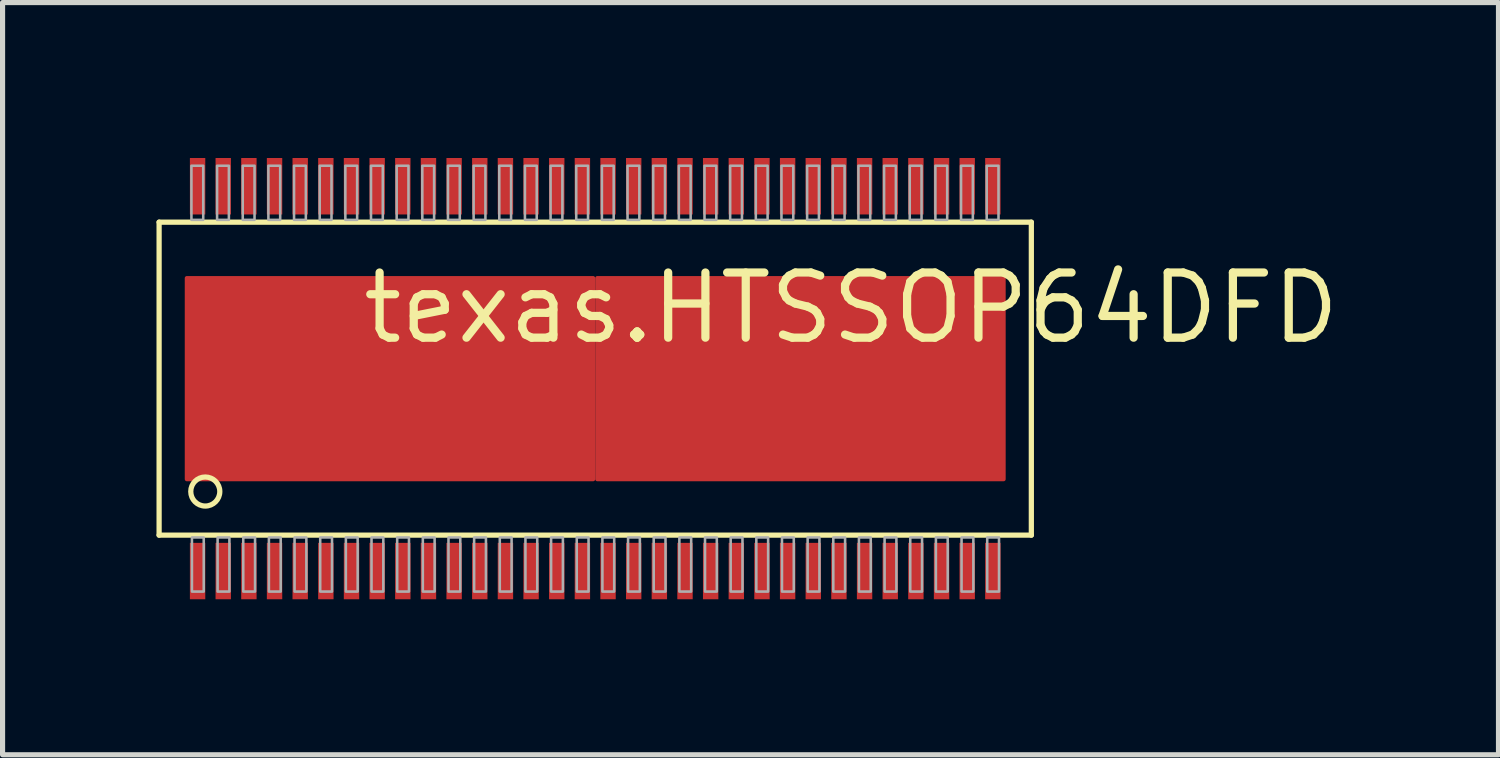
<source format=kicad_pcb>
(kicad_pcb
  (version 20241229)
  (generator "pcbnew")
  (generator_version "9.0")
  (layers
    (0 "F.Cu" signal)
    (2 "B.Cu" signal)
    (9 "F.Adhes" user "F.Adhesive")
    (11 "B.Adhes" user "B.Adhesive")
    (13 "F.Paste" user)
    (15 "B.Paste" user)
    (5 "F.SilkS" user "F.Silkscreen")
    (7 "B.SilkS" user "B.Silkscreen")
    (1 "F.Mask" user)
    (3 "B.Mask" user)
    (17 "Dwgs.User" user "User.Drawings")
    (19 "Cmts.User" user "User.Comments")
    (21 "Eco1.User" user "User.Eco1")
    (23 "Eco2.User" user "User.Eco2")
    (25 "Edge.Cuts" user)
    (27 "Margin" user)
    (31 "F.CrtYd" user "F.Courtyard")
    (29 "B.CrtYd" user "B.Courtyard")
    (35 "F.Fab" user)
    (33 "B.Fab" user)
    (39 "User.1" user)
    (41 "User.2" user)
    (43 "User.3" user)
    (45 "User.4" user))
  (footprint "texas.HTSSOP64DFD"
    (layer "F.Cu")
    (at 8.551 4.33)
    (property "Reference" "texas.HTSSOP64DFD" (at -4.61 -0.635 0) (layer "F.SilkS") (effects (font (size 1.27 1.27) (thickness 0.16)) (justify left bottom)))
    (attr smd)
    (fp_rect (start -8 2) (end 8 -2) (stroke (width 0.05) (type default)) (fill yes) (layer "F.Mask"))
    (fp_rect (start -7.905 -3.195) (end -7.595 -4.305) (stroke (width 0.05) (type default)) (fill yes) (layer "F.Mask"))
    (fp_rect (start -7.905 4.305) (end -7.595 3.195) (stroke (width 0.05) (type default)) (fill yes) (layer "F.Mask"))
    (fp_rect (start -7.405 -3.195) (end -7.095 -4.305) (stroke (width 0.05) (type default)) (fill yes) (layer "F.Mask"))
    (fp_rect (start -7.405 4.305) (end -7.095 3.195) (stroke (width 0.05) (type default)) (fill yes) (layer "F.Mask"))
    (fp_rect (start -6.905 -3.195) (end -6.595 -4.305) (stroke (width 0.05) (type default)) (fill yes) (layer "F.Mask"))
    (fp_rect (start -6.905 4.305) (end -6.595 3.195) (stroke (width 0.05) (type default)) (fill yes) (layer "F.Mask"))
    (fp_rect (start -6.405 -3.195) (end -6.095 -4.305) (stroke (width 0.05) (type default)) (fill yes) (layer "F.Mask"))
    (fp_rect (start -6.405 4.305) (end -6.095 3.195) (stroke (width 0.05) (type default)) (fill yes) (layer "F.Mask"))
    (fp_rect (start -5.905 -3.195) (end -5.595 -4.305) (stroke (width 0.05) (type default)) (fill yes) (layer "F.Mask"))
    (fp_rect (start -5.905 4.305) (end -5.595 3.195) (stroke (width 0.05) (type default)) (fill yes) (layer "F.Mask"))
    (fp_rect (start -5.405 -3.195) (end -5.095 -4.305) (stroke (width 0.05) (type default)) (fill yes) (layer "F.Mask"))
    (fp_rect (start -5.405 4.305) (end -5.095 3.195) (stroke (width 0.05) (type default)) (fill yes) (layer "F.Mask"))
    (fp_rect (start -4.905 -3.195) (end -4.595 -4.305) (stroke (width 0.05) (type default)) (fill yes) (layer "F.Mask"))
    (fp_rect (start -4.905 4.305) (end -4.595 3.195) (stroke (width 0.05) (type default)) (fill yes) (layer "F.Mask"))
    (fp_rect (start -4.405 -3.195) (end -4.095 -4.305) (stroke (width 0.05) (type default)) (fill yes) (layer "F.Mask"))
    (fp_rect (start -4.405 4.305) (end -4.095 3.195) (stroke (width 0.05) (type default)) (fill yes) (layer "F.Mask"))
    (fp_rect (start -3.905 -3.195) (end -3.595 -4.305) (stroke (width 0.05) (type default)) (fill yes) (layer "F.Mask"))
    (fp_rect (start -3.905 4.305) (end -3.595 3.195) (stroke (width 0.05) (type default)) (fill yes) (layer "F.Mask"))
    (fp_rect (start -3.405 -3.195) (end -3.095 -4.305) (stroke (width 0.05) (type default)) (fill yes) (layer "F.Mask"))
    (fp_rect (start -3.405 4.305) (end -3.095 3.195) (stroke (width 0.05) (type default)) (fill yes) (layer "F.Mask"))
    (fp_rect (start -2.905 -3.195) (end -2.595 -4.305) (stroke (width 0.05) (type default)) (fill yes) (layer "F.Mask"))
    (fp_rect (start -2.905 4.305) (end -2.595 3.195) (stroke (width 0.05) (type default)) (fill yes) (layer "F.Mask"))
    (fp_rect (start -2.405 -3.195) (end -2.095 -4.305) (stroke (width 0.05) (type default)) (fill yes) (layer "F.Mask"))
    (fp_rect (start -2.405 4.305) (end -2.095 3.195) (stroke (width 0.05) (type default)) (fill yes) (layer "F.Mask"))
    (fp_rect (start -1.905 -3.195) (end -1.595 -4.305) (stroke (width 0.05) (type default)) (fill yes) (layer "F.Mask"))
    (fp_rect (start -1.905 4.305) (end -1.595 3.195) (stroke (width 0.05) (type default)) (fill yes) (layer "F.Mask"))
    (fp_rect (start -1.405 -3.195) (end -1.095 -4.305) (stroke (width 0.05) (type default)) (fill yes) (layer "F.Mask"))
    (fp_rect (start -1.405 4.305) (end -1.095 3.195) (stroke (width 0.05) (type default)) (fill yes) (layer "F.Mask"))
    (fp_rect (start -0.905 -3.195) (end -0.595 -4.305) (stroke (width 0.05) (type default)) (fill yes) (layer "F.Mask"))
    (fp_rect (start -0.905 4.305) (end -0.595 3.195) (stroke (width 0.05) (type default)) (fill yes) (layer "F.Mask"))
    (fp_rect (start -0.405 -3.195) (end -0.095 -4.305) (stroke (width 0.05) (type default)) (fill yes) (layer "F.Mask"))
    (fp_rect (start -0.405 4.305) (end -0.095 3.195) (stroke (width 0.05) (type default)) (fill yes) (layer "F.Mask"))
    (fp_rect (start 0.095 -3.195) (end 0.405 -4.305) (stroke (width 0.05) (type default)) (fill yes) (layer "F.Mask"))
    (fp_rect (start 0.095 4.305) (end 0.405 3.195) (stroke (width 0.05) (type default)) (fill yes) (layer "F.Mask"))
    (fp_rect (start 0.595 -3.195) (end 0.905 -4.305) (stroke (width 0.05) (type default)) (fill yes) (layer "F.Mask"))
    (fp_rect (start 0.595 4.305) (end 0.905 3.195) (stroke (width 0.05) (type default)) (fill yes) (layer "F.Mask"))
    (fp_rect (start 1.095 -3.195) (end 1.405 -4.305) (stroke (width 0.05) (type default)) (fill yes) (layer "F.Mask"))
    (fp_rect (start 1.095 4.305) (end 1.405 3.195) (stroke (width 0.05) (type default)) (fill yes) (layer "F.Mask"))
    (fp_rect (start 1.595 -3.195) (end 1.905 -4.305) (stroke (width 0.05) (type default)) (fill yes) (layer "F.Mask"))
    (fp_rect (start 1.595 4.305) (end 1.905 3.195) (stroke (width 0.05) (type default)) (fill yes) (layer "F.Mask"))
    (fp_rect (start 2.095 -3.195) (end 2.405 -4.305) (stroke (width 0.05) (type default)) (fill yes) (layer "F.Mask"))
    (fp_rect (start 2.095 4.305) (end 2.405 3.195) (stroke (width 0.05) (type default)) (fill yes) (layer "F.Mask"))
    (fp_rect (start 2.595 -3.195) (end 2.905 -4.305) (stroke (width 0.05) (type default)) (fill yes) (layer "F.Mask"))
    (fp_rect (start 2.595 4.305) (end 2.905 3.195) (stroke (width 0.05) (type default)) (fill yes) (layer "F.Mask"))
    (fp_rect (start 3.095 -3.195) (end 3.405 -4.305) (stroke (width 0.05) (type default)) (fill yes) (layer "F.Mask"))
    (fp_rect (start 3.095 4.305) (end 3.405 3.195) (stroke (width 0.05) (type default)) (fill yes) (layer "F.Mask"))
    (fp_rect (start 3.595 -3.195) (end 3.905 -4.305) (stroke (width 0.05) (type default)) (fill yes) (layer "F.Mask"))
    (fp_rect (start 3.595 4.305) (end 3.905 3.195) (stroke (width 0.05) (type default)) (fill yes) (layer "F.Mask"))
    (fp_rect (start 4.095 -3.195) (end 4.405 -4.305) (stroke (width 0.05) (type default)) (fill yes) (layer "F.Mask"))
    (fp_rect (start 4.095 4.305) (end 4.405 3.195) (stroke (width 0.05) (type default)) (fill yes) (layer "F.Mask"))
    (fp_rect (start 4.595 -3.195) (end 4.905 -4.305) (stroke (width 0.05) (type default)) (fill yes) (layer "F.Mask"))
    (fp_rect (start 4.595 4.305) (end 4.905 3.195) (stroke (width 0.05) (type default)) (fill yes) (layer "F.Mask"))
    (fp_rect (start 5.095 -3.195) (end 5.405 -4.305) (stroke (width 0.05) (type default)) (fill yes) (layer "F.Mask"))
    (fp_rect (start 5.095 4.305) (end 5.405 3.195) (stroke (width 0.05) (type default)) (fill yes) (layer "F.Mask"))
    (fp_rect (start 5.595 -3.195) (end 5.905 -4.305) (stroke (width 0.05) (type default)) (fill yes) (layer "F.Mask"))
    (fp_rect (start 5.595 4.305) (end 5.905 3.195) (stroke (width 0.05) (type default)) (fill yes) (layer "F.Mask"))
    (fp_rect (start 6.095 -3.195) (end 6.405 -4.305) (stroke (width 0.05) (type default)) (fill yes) (layer "F.Mask"))
    (fp_rect (start 6.095 4.305) (end 6.405 3.195) (stroke (width 0.05) (type default)) (fill yes) (layer "F.Mask"))
    (fp_rect (start 6.595 -3.195) (end 6.905 -4.305) (stroke (width 0.05) (type default)) (fill yes) (layer "F.Mask"))
    (fp_rect (start 6.595 4.305) (end 6.905 3.195) (stroke (width 0.05) (type default)) (fill yes) (layer "F.Mask"))
    (fp_rect (start 7.095 -3.195) (end 7.405 -4.305) (stroke (width 0.05) (type default)) (fill yes) (layer "F.Mask"))
    (fp_rect (start 7.095 4.305) (end 7.405 3.195) (stroke (width 0.05) (type default)) (fill yes) (layer "F.Mask"))
    (fp_rect (start 7.595 -3.195) (end 7.905 -4.305) (stroke (width 0.05) (type default)) (fill yes) (layer "F.Mask"))
    (fp_rect (start 7.595 4.305) (end 7.905 3.195) (stroke (width 0.05) (type default)) (fill yes) (layer "F.Mask"))
    (fp_line (start -8.5 -3.05) (end 8.5 -3.05) (stroke (width 0.102) (type default)) (layer "F.SilkS"))
    (fp_line (start -8.5 3.05) (end -8.5 -3.05) (stroke (width 0.102) (type default)) (layer "F.SilkS"))
    (fp_line (start 8.5 -3.05) (end 8.5 3.05) (stroke (width 0.102) (type default)) (layer "F.SilkS"))
    (fp_line (start 8.5 3.05) (end -8.5 3.05) (stroke (width 0.102) (type default)) (layer "F.SilkS"))
    (fp_circle (center -7.6 2.2) (end -7.317 2.2) (stroke (width 0.102) (type default)) (fill no) (layer "F.SilkS"))
    (fp_rect (start -7.89 -3.215) (end -7.61 -4.285) (stroke (width 0.05) (type default)) (fill yes) (layer "F.Paste"))
    (fp_rect (start -7.89 4.285) (end -7.61 3.215) (stroke (width 0.05) (type default)) (fill yes) (layer "F.Paste"))
    (fp_rect (start -7.39 -3.215) (end -7.11 -4.285) (stroke (width 0.05) (type default)) (fill yes) (layer "F.Paste"))
    (fp_rect (start -7.39 4.285) (end -7.11 3.215) (stroke (width 0.05) (type default)) (fill yes) (layer "F.Paste"))
    (fp_rect (start -6.89 -3.215) (end -6.61 -4.285) (stroke (width 0.05) (type default)) (fill yes) (layer "F.Paste"))
    (fp_rect (start -6.89 4.285) (end -6.61 3.215) (stroke (width 0.05) (type default)) (fill yes) (layer "F.Paste"))
    (fp_rect (start -6.39 -3.215) (end -6.11 -4.285) (stroke (width 0.05) (type default)) (fill yes) (layer "F.Paste"))
    (fp_rect (start -6.39 4.285) (end -6.11 3.215) (stroke (width 0.05) (type default)) (fill yes) (layer "F.Paste"))
    (fp_rect (start -5.89 -3.215) (end -5.61 -4.285) (stroke (width 0.05) (type default)) (fill yes) (layer "F.Paste"))
    (fp_rect (start -5.89 4.285) (end -5.61 3.215) (stroke (width 0.05) (type default)) (fill yes) (layer "F.Paste"))
    (fp_rect (start -5.39 -3.215) (end -5.11 -4.285) (stroke (width 0.05) (type default)) (fill yes) (layer "F.Paste"))
    (fp_rect (start -5.39 4.285) (end -5.11 3.215) (stroke (width 0.05) (type default)) (fill yes) (layer "F.Paste"))
    (fp_rect (start -4.89 -3.215) (end -4.61 -4.285) (stroke (width 0.05) (type default)) (fill yes) (layer "F.Paste"))
    (fp_rect (start -4.89 4.285) (end -4.61 3.215) (stroke (width 0.05) (type default)) (fill yes) (layer "F.Paste"))
    (fp_rect (start -4.39 -3.215) (end -4.11 -4.285) (stroke (width 0.05) (type default)) (fill yes) (layer "F.Paste"))
    (fp_rect (start -4.39 4.285) (end -4.11 3.215) (stroke (width 0.05) (type default)) (fill yes) (layer "F.Paste"))
    (fp_rect (start -3.89 -3.215) (end -3.61 -4.285) (stroke (width 0.05) (type default)) (fill yes) (layer "F.Paste"))
    (fp_rect (start -3.89 4.285) (end -3.61 3.215) (stroke (width 0.05) (type default)) (fill yes) (layer "F.Paste"))
    (fp_rect (start -3.39 -3.215) (end -3.11 -4.285) (stroke (width 0.05) (type default)) (fill yes) (layer "F.Paste"))
    (fp_rect (start -3.39 4.285) (end -3.11 3.215) (stroke (width 0.05) (type default)) (fill yes) (layer "F.Paste"))
    (fp_rect (start -2.89 -3.215) (end -2.61 -4.285) (stroke (width 0.05) (type default)) (fill yes) (layer "F.Paste"))
    (fp_rect (start -2.89 4.285) (end -2.61 3.215) (stroke (width 0.05) (type default)) (fill yes) (layer "F.Paste"))
    (fp_rect (start -2.39 -3.215) (end -2.11 -4.285) (stroke (width 0.05) (type default)) (fill yes) (layer "F.Paste"))
    (fp_rect (start -2.39 4.285) (end -2.11 3.215) (stroke (width 0.05) (type default)) (fill yes) (layer "F.Paste"))
    (fp_rect (start -1.89 -3.215) (end -1.61 -4.285) (stroke (width 0.05) (type default)) (fill yes) (layer "F.Paste"))
    (fp_rect (start -1.89 4.285) (end -1.61 3.215) (stroke (width 0.05) (type default)) (fill yes) (layer "F.Paste"))
    (fp_rect (start -1.39 -3.215) (end -1.11 -4.285) (stroke (width 0.05) (type default)) (fill yes) (layer "F.Paste"))
    (fp_rect (start -1.39 4.285) (end -1.11 3.215) (stroke (width 0.05) (type default)) (fill yes) (layer "F.Paste"))
    (fp_rect (start -0.89 -3.215) (end -0.61 -4.285) (stroke (width 0.05) (type default)) (fill yes) (layer "F.Paste"))
    (fp_rect (start -0.89 4.285) (end -0.61 3.215) (stroke (width 0.05) (type default)) (fill yes) (layer "F.Paste"))
    (fp_rect (start -0.39 -3.215) (end -0.11 -4.285) (stroke (width 0.05) (type default)) (fill yes) (layer "F.Paste"))
    (fp_rect (start -0.39 4.285) (end -0.11 3.215) (stroke (width 0.05) (type default)) (fill yes) (layer "F.Paste"))
    (fp_rect (start 0.11 -3.215) (end 0.39 -4.285) (stroke (width 0.05) (type default)) (fill yes) (layer "F.Paste"))
    (fp_rect (start 0.11 4.285) (end 0.39 3.215) (stroke (width 0.05) (type default)) (fill yes) (layer "F.Paste"))
    (fp_rect (start 0.61 -3.215) (end 0.89 -4.285) (stroke (width 0.05) (type default)) (fill yes) (layer "F.Paste"))
    (fp_rect (start 0.61 4.285) (end 0.89 3.215) (stroke (width 0.05) (type default)) (fill yes) (layer "F.Paste"))
    (fp_rect (start 1.11 -3.215) (end 1.39 -4.285) (stroke (width 0.05) (type default)) (fill yes) (layer "F.Paste"))
    (fp_rect (start 1.11 4.285) (end 1.39 3.215) (stroke (width 0.05) (type default)) (fill yes) (layer "F.Paste"))
    (fp_rect (start 1.61 -3.215) (end 1.89 -4.285) (stroke (width 0.05) (type default)) (fill yes) (layer "F.Paste"))
    (fp_rect (start 1.61 4.285) (end 1.89 3.215) (stroke (width 0.05) (type default)) (fill yes) (layer "F.Paste"))
    (fp_rect (start 2.11 -3.215) (end 2.39 -4.285) (stroke (width 0.05) (type default)) (fill yes) (layer "F.Paste"))
    (fp_rect (start 2.11 4.285) (end 2.39 3.215) (stroke (width 0.05) (type default)) (fill yes) (layer "F.Paste"))
    (fp_rect (start 2.61 -3.215) (end 2.89 -4.285) (stroke (width 0.05) (type default)) (fill yes) (layer "F.Paste"))
    (fp_rect (start 2.61 4.285) (end 2.89 3.215) (stroke (width 0.05) (type default)) (fill yes) (layer "F.Paste"))
    (fp_rect (start 3.11 -3.215) (end 3.39 -4.285) (stroke (width 0.05) (type default)) (fill yes) (layer "F.Paste"))
    (fp_rect (start 3.11 4.285) (end 3.39 3.215) (stroke (width 0.05) (type default)) (fill yes) (layer "F.Paste"))
    (fp_rect (start 3.61 -3.215) (end 3.89 -4.285) (stroke (width 0.05) (type default)) (fill yes) (layer "F.Paste"))
    (fp_rect (start 3.61 4.285) (end 3.89 3.215) (stroke (width 0.05) (type default)) (fill yes) (layer "F.Paste"))
    (fp_rect (start 4.11 -3.215) (end 4.39 -4.285) (stroke (width 0.05) (type default)) (fill yes) (layer "F.Paste"))
    (fp_rect (start 4.11 4.285) (end 4.39 3.215) (stroke (width 0.05) (type default)) (fill yes) (layer "F.Paste"))
    (fp_rect (start 4.61 -3.215) (end 4.89 -4.285) (stroke (width 0.05) (type default)) (fill yes) (layer "F.Paste"))
    (fp_rect (start 4.61 4.285) (end 4.89 3.215) (stroke (width 0.05) (type default)) (fill yes) (layer "F.Paste"))
    (fp_rect (start 5.11 -3.215) (end 5.39 -4.285) (stroke (width 0.05) (type default)) (fill yes) (layer "F.Paste"))
    (fp_rect (start 5.11 4.285) (end 5.39 3.215) (stroke (width 0.05) (type default)) (fill yes) (layer "F.Paste"))
    (fp_rect (start 5.61 -3.215) (end 5.89 -4.285) (stroke (width 0.05) (type default)) (fill yes) (layer "F.Paste"))
    (fp_rect (start 5.61 4.285) (end 5.89 3.215) (stroke (width 0.05) (type default)) (fill yes) (layer "F.Paste"))
    (fp_rect (start 6.11 -3.215) (end 6.39 -4.285) (stroke (width 0.05) (type default)) (fill yes) (layer "F.Paste"))
    (fp_rect (start 6.11 4.285) (end 6.39 3.215) (stroke (width 0.05) (type default)) (fill yes) (layer "F.Paste"))
    (fp_rect (start 6.61 -3.215) (end 6.89 -4.285) (stroke (width 0.05) (type default)) (fill yes) (layer "F.Paste"))
    (fp_rect (start 6.61 4.285) (end 6.89 3.215) (stroke (width 0.05) (type default)) (fill yes) (layer "F.Paste"))
    (fp_rect (start 7.11 -3.215) (end 7.39 -4.285) (stroke (width 0.05) (type default)) (fill yes) (layer "F.Paste"))
    (fp_rect (start 7.11 4.285) (end 7.39 3.215) (stroke (width 0.05) (type default)) (fill yes) (layer "F.Paste"))
    (fp_rect (start 7.61 -3.215) (end 7.89 -4.285) (stroke (width 0.05) (type default)) (fill yes) (layer "F.Paste"))
    (fp_rect (start 7.61 4.285) (end 7.89 3.215) (stroke (width 0.05) (type default)) (fill yes) (layer "F.Paste"))
    (fp_rect (start -7.87 -3.095) (end -7.64 -4.15) (stroke (width 0.05) (type default)) (fill no) (layer "F.Fab"))
    (fp_rect (start -7.86 4.15) (end -7.63 3.095) (stroke (width 0.05) (type default)) (fill no) (layer "F.Fab"))
    (fp_rect (start -7.37 -3.095) (end -7.14 -4.15) (stroke (width 0.05) (type default)) (fill no) (layer "F.Fab"))
    (fp_rect (start -7.36 4.15) (end -7.13 3.095) (stroke (width 0.05) (type default)) (fill no) (layer "F.Fab"))
    (fp_rect (start -6.87 -3.095) (end -6.64 -4.15) (stroke (width 0.05) (type default)) (fill no) (layer "F.Fab"))
    (fp_rect (start -6.86 4.15) (end -6.63 3.095) (stroke (width 0.05) (type default)) (fill no) (layer "F.Fab"))
    (fp_rect (start -6.37 -3.095) (end -6.14 -4.15) (stroke (width 0.05) (type default)) (fill no) (layer "F.Fab"))
    (fp_rect (start -6.36 4.15) (end -6.13 3.095) (stroke (width 0.05) (type default)) (fill no) (layer "F.Fab"))
    (fp_rect (start -5.87 -3.095) (end -5.64 -4.15) (stroke (width 0.05) (type default)) (fill no) (layer "F.Fab"))
    (fp_rect (start -5.86 4.15) (end -5.63 3.095) (stroke (width 0.05) (type default)) (fill no) (layer "F.Fab"))
    (fp_rect (start -5.37 -3.095) (end -5.14 -4.15) (stroke (width 0.05) (type default)) (fill no) (layer "F.Fab"))
    (fp_rect (start -5.36 4.15) (end -5.13 3.095) (stroke (width 0.05) (type default)) (fill no) (layer "F.Fab"))
    (fp_rect (start -4.87 -3.095) (end -4.64 -4.15) (stroke (width 0.05) (type default)) (fill no) (layer "F.Fab"))
    (fp_rect (start -4.86 4.15) (end -4.63 3.095) (stroke (width 0.05) (type default)) (fill no) (layer "F.Fab"))
    (fp_rect (start -4.37 -3.095) (end -4.14 -4.15) (stroke (width 0.05) (type default)) (fill no) (layer "F.Fab"))
    (fp_rect (start -4.36 4.15) (end -4.13 3.095) (stroke (width 0.05) (type default)) (fill no) (layer "F.Fab"))
    (fp_rect (start -3.87 -3.095) (end -3.64 -4.15) (stroke (width 0.05) (type default)) (fill no) (layer "F.Fab"))
    (fp_rect (start -3.86 4.15) (end -3.63 3.095) (stroke (width 0.05) (type default)) (fill no) (layer "F.Fab"))
    (fp_rect (start -3.37 -3.095) (end -3.14 -4.15) (stroke (width 0.05) (type default)) (fill no) (layer "F.Fab"))
    (fp_rect (start -3.36 4.15) (end -3.13 3.095) (stroke (width 0.05) (type default)) (fill no) (layer "F.Fab"))
    (fp_rect (start -2.87 -3.095) (end -2.64 -4.15) (stroke (width 0.05) (type default)) (fill no) (layer "F.Fab"))
    (fp_rect (start -2.86 4.15) (end -2.63 3.095) (stroke (width 0.05) (type default)) (fill no) (layer "F.Fab"))
    (fp_rect (start -2.37 -3.095) (end -2.14 -4.15) (stroke (width 0.05) (type default)) (fill no) (layer "F.Fab"))
    (fp_rect (start -2.36 4.15) (end -2.13 3.095) (stroke (width 0.05) (type default)) (fill no) (layer "F.Fab"))
    (fp_rect (start -1.87 -3.095) (end -1.64 -4.15) (stroke (width 0.05) (type default)) (fill no) (layer "F.Fab"))
    (fp_rect (start -1.86 4.15) (end -1.63 3.095) (stroke (width 0.05) (type default)) (fill no) (layer "F.Fab"))
    (fp_rect (start -1.37 -3.095) (end -1.14 -4.15) (stroke (width 0.05) (type default)) (fill no) (layer "F.Fab"))
    (fp_rect (start -1.36 4.15) (end -1.13 3.095) (stroke (width 0.05) (type default)) (fill no) (layer "F.Fab"))
    (fp_rect (start -0.87 -3.095) (end -0.64 -4.15) (stroke (width 0.05) (type default)) (fill no) (layer "F.Fab"))
    (fp_rect (start -0.86 4.15) (end -0.63 3.095) (stroke (width 0.05) (type default)) (fill no) (layer "F.Fab"))
    (fp_rect (start -0.37 -3.095) (end -0.14 -4.15) (stroke (width 0.05) (type default)) (fill no) (layer "F.Fab"))
    (fp_rect (start -0.36 4.15) (end -0.13 3.095) (stroke (width 0.05) (type default)) (fill no) (layer "F.Fab"))
    (fp_rect (start 0.13 -3.095) (end 0.36 -4.15) (stroke (width 0.05) (type default)) (fill no) (layer "F.Fab"))
    (fp_rect (start 0.14 4.15) (end 0.37 3.095) (stroke (width 0.05) (type default)) (fill no) (layer "F.Fab"))
    (fp_rect (start 0.63 -3.095) (end 0.86 -4.15) (stroke (width 0.05) (type default)) (fill no) (layer "F.Fab"))
    (fp_rect (start 0.64 4.15) (end 0.87 3.095) (stroke (width 0.05) (type default)) (fill no) (layer "F.Fab"))
    (fp_rect (start 1.13 -3.095) (end 1.36 -4.15) (stroke (width 0.05) (type default)) (fill no) (layer "F.Fab"))
    (fp_rect (start 1.14 4.15) (end 1.37 3.095) (stroke (width 0.05) (type default)) (fill no) (layer "F.Fab"))
    (fp_rect (start 1.63 -3.095) (end 1.86 -4.15) (stroke (width 0.05) (type default)) (fill no) (layer "F.Fab"))
    (fp_rect (start 1.64 4.15) (end 1.87 3.095) (stroke (width 0.05) (type default)) (fill no) (layer "F.Fab"))
    (fp_rect (start 2.13 -3.095) (end 2.36 -4.15) (stroke (width 0.05) (type default)) (fill no) (layer "F.Fab"))
    (fp_rect (start 2.14 4.15) (end 2.37 3.095) (stroke (width 0.05) (type default)) (fill no) (layer "F.Fab"))
    (fp_rect (start 2.63 -3.095) (end 2.86 -4.15) (stroke (width 0.05) (type default)) (fill no) (layer "F.Fab"))
    (fp_rect (start 2.64 4.15) (end 2.87 3.095) (stroke (width 0.05) (type default)) (fill no) (layer "F.Fab"))
    (fp_rect (start 3.13 -3.095) (end 3.36 -4.15) (stroke (width 0.05) (type default)) (fill no) (layer "F.Fab"))
    (fp_rect (start 3.14 4.15) (end 3.37 3.095) (stroke (width 0.05) (type default)) (fill no) (layer "F.Fab"))
    (fp_rect (start 3.63 -3.095) (end 3.86 -4.15) (stroke (width 0.05) (type default)) (fill no) (layer "F.Fab"))
    (fp_rect (start 3.64 4.15) (end 3.87 3.095) (stroke (width 0.05) (type default)) (fill no) (layer "F.Fab"))
    (fp_rect (start 4.13 -3.095) (end 4.36 -4.15) (stroke (width 0.05) (type default)) (fill no) (layer "F.Fab"))
    (fp_rect (start 4.14 4.15) (end 4.37 3.095) (stroke (width 0.05) (type default)) (fill no) (layer "F.Fab"))
    (fp_rect (start 4.63 -3.095) (end 4.86 -4.15) (stroke (width 0.05) (type default)) (fill no) (layer "F.Fab"))
    (fp_rect (start 4.64 4.15) (end 4.87 3.095) (stroke (width 0.05) (type default)) (fill no) (layer "F.Fab"))
    (fp_rect (start 5.13 -3.095) (end 5.36 -4.15) (stroke (width 0.05) (type default)) (fill no) (layer "F.Fab"))
    (fp_rect (start 5.14 4.15) (end 5.37 3.095) (stroke (width 0.05) (type default)) (fill no) (layer "F.Fab"))
    (fp_rect (start 5.63 -3.095) (end 5.86 -4.15) (stroke (width 0.05) (type default)) (fill no) (layer "F.Fab"))
    (fp_rect (start 5.64 4.15) (end 5.87 3.095) (stroke (width 0.05) (type default)) (fill no) (layer "F.Fab"))
    (fp_rect (start 6.13 -3.095) (end 6.36 -4.15) (stroke (width 0.05) (type default)) (fill no) (layer "F.Fab"))
    (fp_rect (start 6.14 4.15) (end 6.37 3.095) (stroke (width 0.05) (type default)) (fill no) (layer "F.Fab"))
    (fp_rect (start 6.63 -3.095) (end 6.86 -4.15) (stroke (width 0.05) (type default)) (fill no) (layer "F.Fab"))
    (fp_rect (start 6.64 4.15) (end 6.87 3.095) (stroke (width 0.05) (type default)) (fill no) (layer "F.Fab"))
    (fp_rect (start 7.13 -3.095) (end 7.36 -4.15) (stroke (width 0.05) (type default)) (fill no) (layer "F.Fab"))
    (fp_rect (start 7.14 4.15) (end 7.37 3.095) (stroke (width 0.05) (type default)) (fill no) (layer "F.Fab"))
    (fp_rect (start 7.63 -3.095) (end 7.86 -4.15) (stroke (width 0.05) (type default)) (fill no) (layer "F.Fab"))
    (fp_rect (start 7.64 4.15) (end 7.87 3.095) (stroke (width 0.05) (type default)) (fill no) (layer "F.Fab"))
    (pad "1" smd roundrect (at -7.75 3.75) (size 0.3 1.1) (layers "F.Cu" "F.Mask" "F.Paste") (roundrect_rratio 0.01))
    (pad "2" smd roundrect (at -7.25 3.75) (size 0.3 1.1) (layers "F.Cu" "F.Mask" "F.Paste") (roundrect_rratio 0.01))
    (pad "3" smd roundrect (at -6.75 3.75) (size 0.3 1.1) (layers "F.Cu" "F.Mask" "F.Paste") (roundrect_rratio 0.01))
    (pad "4" smd roundrect (at -6.25 3.75) (size 0.3 1.1) (layers "F.Cu" "F.Mask" "F.Paste") (roundrect_rratio 0.01))
    (pad "5" smd roundrect (at -5.75 3.75) (size 0.3 1.1) (layers "F.Cu" "F.Mask" "F.Paste") (roundrect_rratio 0.01))
    (pad "6" smd roundrect (at -5.25 3.75) (size 0.3 1.1) (layers "F.Cu" "F.Mask" "F.Paste") (roundrect_rratio 0.01))
    (pad "7" smd roundrect (at -4.75 3.75) (size 0.3 1.1) (layers "F.Cu" "F.Mask" "F.Paste") (roundrect_rratio 0.01))
    (pad "8" smd roundrect (at -4.25 3.75) (size 0.3 1.1) (layers "F.Cu" "F.Mask" "F.Paste") (roundrect_rratio 0.01))
    (pad "9" smd roundrect (at -3.75 3.75) (size 0.3 1.1) (layers "F.Cu" "F.Mask" "F.Paste") (roundrect_rratio 0.01))
    (pad "10" smd roundrect (at -3.25 3.75) (size 0.3 1.1) (layers "F.Cu" "F.Mask" "F.Paste") (roundrect_rratio 0.01))
    (pad "11" smd roundrect (at -2.75 3.75) (size 0.3 1.1) (layers "F.Cu" "F.Mask" "F.Paste") (roundrect_rratio 0.01))
    (pad "12" smd roundrect (at -2.25 3.75) (size 0.3 1.1) (layers "F.Cu" "F.Mask" "F.Paste") (roundrect_rratio 0.01))
    (pad "13" smd roundrect (at -1.75 3.75) (size 0.3 1.1) (layers "F.Cu" "F.Mask" "F.Paste") (roundrect_rratio 0.01))
    (pad "14" smd roundrect (at -1.25 3.75) (size 0.3 1.1) (layers "F.Cu" "F.Mask" "F.Paste") (roundrect_rratio 0.01))
    (pad "15" smd roundrect (at -0.75 3.75) (size 0.3 1.1) (layers "F.Cu" "F.Mask" "F.Paste") (roundrect_rratio 0.01))
    (pad "16" smd roundrect (at -0.25 3.75) (size 0.3 1.1) (layers "F.Cu" "F.Mask" "F.Paste") (roundrect_rratio 0.01))
    (pad "17" smd roundrect (at 0.25 3.75) (size 0.3 1.1) (layers "F.Cu" "F.Mask" "F.Paste") (roundrect_rratio 0.01))
    (pad "18" smd roundrect (at 0.75 3.75) (size 0.3 1.1) (layers "F.Cu" "F.Mask" "F.Paste") (roundrect_rratio 0.01))
    (pad "19" smd roundrect (at 1.25 3.75) (size 0.3 1.1) (layers "F.Cu" "F.Mask" "F.Paste") (roundrect_rratio 0.01))
    (pad "20" smd roundrect (at 1.75 3.75) (size 0.3 1.1) (layers "F.Cu" "F.Mask" "F.Paste") (roundrect_rratio 0.01))
    (pad "21" smd roundrect (at 2.25 3.75) (size 0.3 1.1) (layers "F.Cu" "F.Mask" "F.Paste") (roundrect_rratio 0.01))
    (pad "22" smd roundrect (at 2.75 3.75) (size 0.3 1.1) (layers "F.Cu" "F.Mask" "F.Paste") (roundrect_rratio 0.01))
    (pad "23" smd roundrect (at 3.25 3.75) (size 0.3 1.1) (layers "F.Cu" "F.Mask" "F.Paste") (roundrect_rratio 0.01))
    (pad "24" smd roundrect (at 3.75 3.75) (size 0.3 1.1) (layers "F.Cu" "F.Mask" "F.Paste") (roundrect_rratio 0.01))
    (pad "25" smd roundrect (at 4.25 3.75) (size 0.3 1.1) (layers "F.Cu" "F.Mask" "F.Paste") (roundrect_rratio 0.01))
    (pad "26" smd roundrect (at 4.75 3.75) (size 0.3 1.1) (layers "F.Cu" "F.Mask" "F.Paste") (roundrect_rratio 0.01))
    (pad "27" smd roundrect (at 5.25 3.75) (size 0.3 1.1) (layers "F.Cu" "F.Mask" "F.Paste") (roundrect_rratio 0.01))
    (pad "28" smd roundrect (at 5.75 3.75) (size 0.3 1.1) (layers "F.Cu" "F.Mask" "F.Paste") (roundrect_rratio 0.01))
    (pad "29" smd roundrect (at 6.25 3.75) (size 0.3 1.1) (layers "F.Cu" "F.Mask" "F.Paste") (roundrect_rratio 0.01))
    (pad "30" smd roundrect (at 6.75 3.75) (size 0.3 1.1) (layers "F.Cu" "F.Mask" "F.Paste") (roundrect_rratio 0.01))
    (pad "31" smd roundrect (at 7.25 3.75) (size 0.3 1.1) (layers "F.Cu" "F.Mask" "F.Paste") (roundrect_rratio 0.01))
    (pad "32" smd roundrect (at 7.75 3.75) (size 0.3 1.1) (layers "F.Cu" "F.Mask" "F.Paste") (roundrect_rratio 0.01))
    (pad "33" smd roundrect (at 7.75 -3.75 180) (size 0.3 1.1) (layers "F.Cu" "F.Mask" "F.Paste") (roundrect_rratio 0.01))
    (pad "34" smd roundrect (at 7.25 -3.75 180) (size 0.3 1.1) (layers "F.Cu" "F.Mask" "F.Paste") (roundrect_rratio 0.01))
    (pad "35" smd roundrect (at 6.75 -3.75 180) (size 0.3 1.1) (layers "F.Cu" "F.Mask" "F.Paste") (roundrect_rratio 0.01))
    (pad "36" smd roundrect (at 6.25 -3.75 180) (size 0.3 1.1) (layers "F.Cu" "F.Mask" "F.Paste") (roundrect_rratio 0.01))
    (pad "37" smd roundrect (at 5.75 -3.75 180) (size 0.3 1.1) (layers "F.Cu" "F.Mask" "F.Paste") (roundrect_rratio 0.01))
    (pad "38" smd roundrect (at 5.25 -3.75 180) (size 0.3 1.1) (layers "F.Cu" "F.Mask" "F.Paste") (roundrect_rratio 0.01))
    (pad "39" smd roundrect (at 4.75 -3.75 180) (size 0.3 1.1) (layers "F.Cu" "F.Mask" "F.Paste") (roundrect_rratio 0.01))
    (pad "40" smd roundrect (at 4.25 -3.75 180) (size 0.3 1.1) (layers "F.Cu" "F.Mask" "F.Paste") (roundrect_rratio 0.01))
    (pad "41" smd roundrect (at 3.75 -3.75 180) (size 0.3 1.1) (layers "F.Cu" "F.Mask" "F.Paste") (roundrect_rratio 0.01))
    (pad "42" smd roundrect (at 3.25 -3.75 180) (size 0.3 1.1) (layers "F.Cu" "F.Mask" "F.Paste") (roundrect_rratio 0.01))
    (pad "43" smd roundrect (at 2.75 -3.75 180) (size 0.3 1.1) (layers "F.Cu" "F.Mask" "F.Paste") (roundrect_rratio 0.01))
    (pad "44" smd roundrect (at 2.25 -3.75 180) (size 0.3 1.1) (layers "F.Cu" "F.Mask" "F.Paste") (roundrect_rratio 0.01))
    (pad "45" smd roundrect (at 1.75 -3.75 180) (size 0.3 1.1) (layers "F.Cu" "F.Mask" "F.Paste") (roundrect_rratio 0.01))
    (pad "46" smd roundrect (at 1.25 -3.75 180) (size 0.3 1.1) (layers "F.Cu" "F.Mask" "F.Paste") (roundrect_rratio 0.01))
    (pad "47" smd roundrect (at 0.75 -3.75 180) (size 0.3 1.1) (layers "F.Cu" "F.Mask" "F.Paste") (roundrect_rratio 0.01))
    (pad "48" smd roundrect (at 0.25 -3.75 180) (size 0.3 1.1) (layers "F.Cu" "F.Mask" "F.Paste") (roundrect_rratio 0.01))
    (pad "49" smd roundrect (at -0.25 -3.75 180) (size 0.3 1.1) (layers "F.Cu" "F.Mask" "F.Paste") (roundrect_rratio 0.01))
    (pad "50" smd roundrect (at -0.75 -3.75 180) (size 0.3 1.1) (layers "F.Cu" "F.Mask" "F.Paste") (roundrect_rratio 0.01))
    (pad "51" smd roundrect (at -1.25 -3.75 180) (size 0.3 1.1) (layers "F.Cu" "F.Mask" "F.Paste") (roundrect_rratio 0.01))
    (pad "52" smd roundrect (at -1.75 -3.75 180) (size 0.3 1.1) (layers "F.Cu" "F.Mask" "F.Paste") (roundrect_rratio 0.01))
    (pad "53" smd roundrect (at -2.25 -3.75 180) (size 0.3 1.1) (layers "F.Cu" "F.Mask" "F.Paste") (roundrect_rratio 0.01))
    (pad "54" smd roundrect (at -2.75 -3.75 180) (size 0.3 1.1) (layers "F.Cu" "F.Mask" "F.Paste") (roundrect_rratio 0.01))
    (pad "55" smd roundrect (at -3.25 -3.75 180) (size 0.3 1.1) (layers "F.Cu" "F.Mask" "F.Paste") (roundrect_rratio 0.01))
    (pad "56" smd roundrect (at -3.75 -3.75 180) (size 0.3 1.1) (layers "F.Cu" "F.Mask" "F.Paste") (roundrect_rratio 0.01))
    (pad "57" smd roundrect (at -4.25 -3.75 180) (size 0.3 1.1) (layers "F.Cu" "F.Mask" "F.Paste") (roundrect_rratio 0.01))
    (pad "58" smd roundrect (at -4.75 -3.75 180) (size 0.3 1.1) (layers "F.Cu" "F.Mask" "F.Paste") (roundrect_rratio 0.01))
    (pad "59" smd roundrect (at -5.25 -3.75 180) (size 0.3 1.1) (layers "F.Cu" "F.Mask" "F.Paste") (roundrect_rratio 0.01))
    (pad "60" smd roundrect (at -5.75 -3.75 180) (size 0.3 1.1) (layers "F.Cu" "F.Mask" "F.Paste") (roundrect_rratio 0.01))
    (pad "61" smd roundrect (at -6.25 -3.75 180) (size 0.3 1.1) (layers "F.Cu" "F.Mask" "F.Paste") (roundrect_rratio 0.01))
    (pad "62" smd roundrect (at -6.75 -3.75 180) (size 0.3 1.1) (layers "F.Cu" "F.Mask" "F.Paste") (roundrect_rratio 0.01))
    (pad "63" smd roundrect (at -7.25 -3.75 180) (size 0.3 1.1) (layers "F.Cu" "F.Mask" "F.Paste") (roundrect_rratio 0.01))
    (pad "64" smd roundrect (at -7.75 -3.75 180) (size 0.3 1.1) (layers "F.Cu" "F.Mask" "F.Paste") (roundrect_rratio 0.01))
    (pad "EXP@1" smd roundrect (at -4 0) (size 8 4) (layers "F.Cu" "F.Mask" "F.Paste") (roundrect_rratio 0.01))
    (pad "EXP@2" smd roundrect (at 4 0) (size 8 4) (layers "F.Cu" "F.Mask" "F.Paste") (roundrect_rratio 0.01)))
  (gr_rect
    (start -3 -3)
    (end 26.156 11.66)
    (stroke (width 0.1) (type default))
    (fill no)
    (layer "Edge.Cuts")))
</source>
